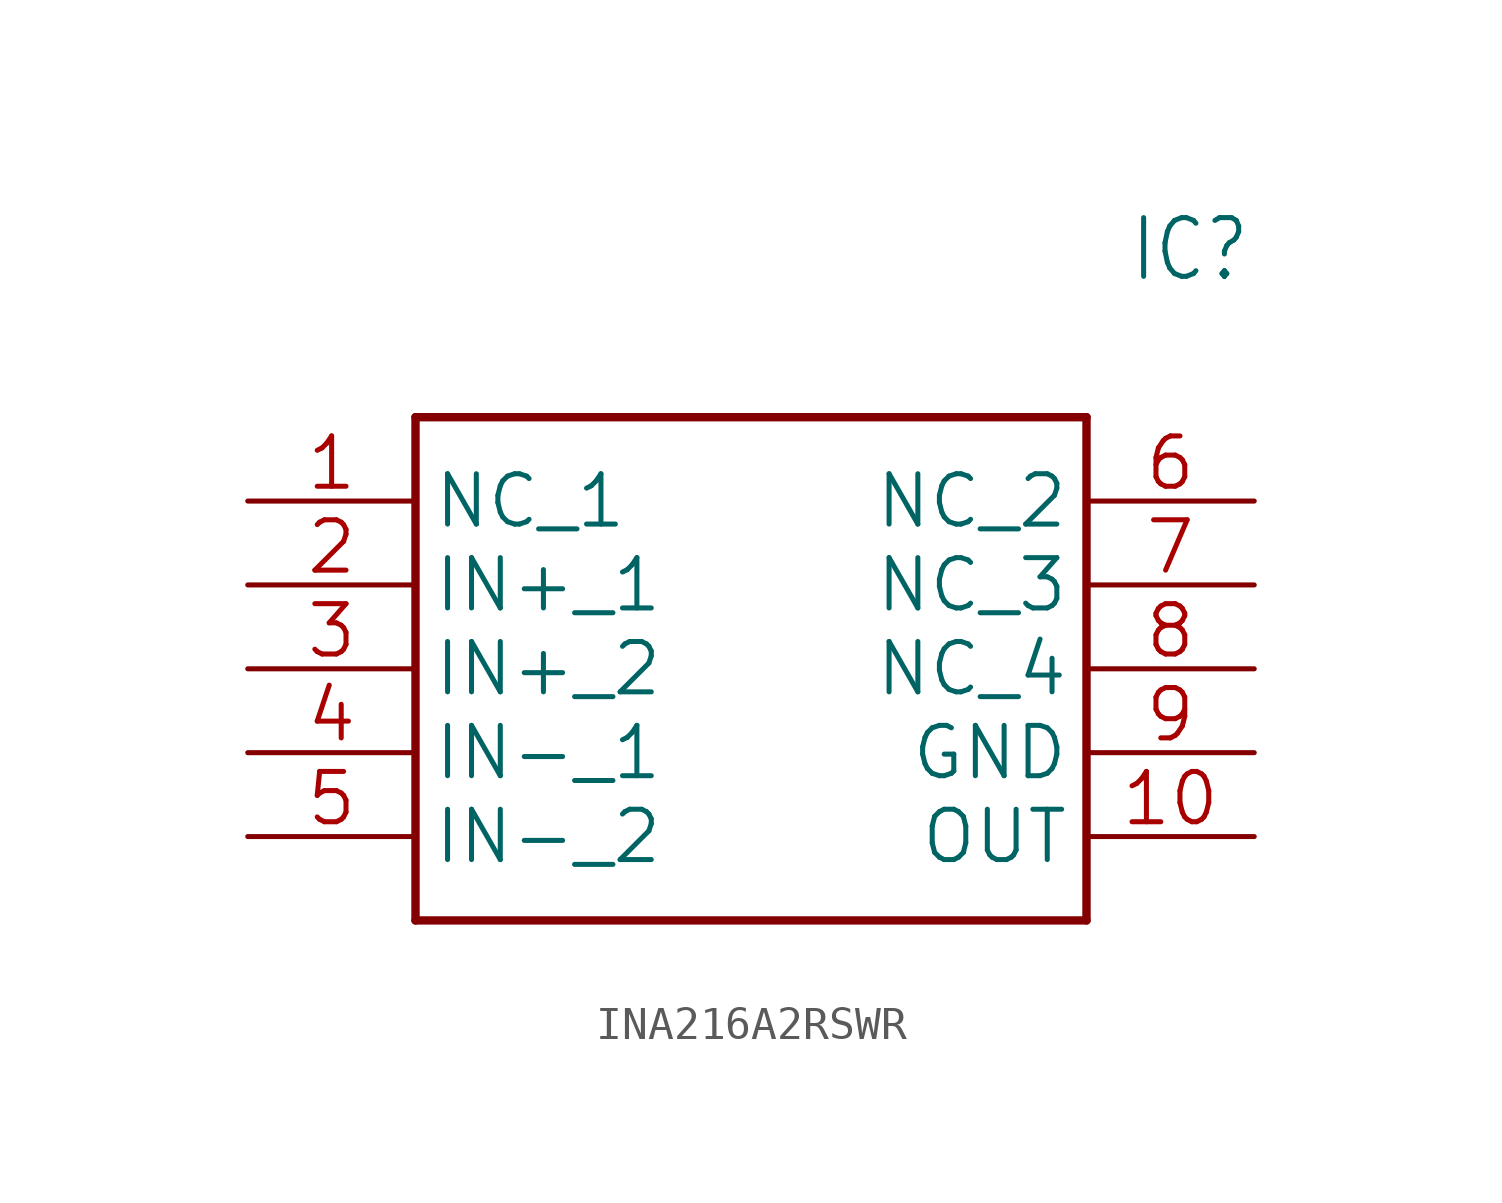
<source format=kicad_sym>
(kicad_symbol_lib
  (version 20241209)
  (generator "kicad_symbol_editor")
  (generator_version "9.0")
  (symbol "INA216A2RSWR"
    (property "Reference" "IC"
      (at 26.67 7.62 0)
      (effects (font (size 1.778 1.511)) (justify left)))
    (property "Value" ""
      (at 26.67 5.08 0)
      (effects (font (size 1.778 1.511)) (justify left)))
    (property "ki_locked" ""
      (at 0 0 0)
      (effects (font (size 1.27 1.27))))
    (symbol "INA216A2RSWR_1_0"
      (polyline (pts (xy 5.08 2.54) (xy 5.08 -12.7)) (stroke (width 0.254) (type solid)) (fill (type none)))
      (polyline (pts (xy 5.08 2.54) (xy 25.4 2.54)) (stroke (width 0.254) (type solid)) (fill (type none)))
      (polyline (pts (xy 25.4 -12.7) (xy 5.08 -12.7)) (stroke (width 0.254) (type solid)) (fill (type none)))
      (polyline (pts (xy 25.4 -12.7) (xy 25.4 2.54)) (stroke (width 0.254) (type solid)) (fill (type none)))
      (pin bidirectional line (at 0 0 0) (length 5.08) (name "NC_1" (effects (font (size 1.524 1.524)))) (number "1" (effects (font (size 1.524 1.524)))))
      (pin bidirectional line (at 0 -2.54 0) (length 5.08) (name "IN+_1" (effects (font (size 1.524 1.524)))) (number "2" (effects (font (size 1.524 1.524)))))
      (pin bidirectional line (at 0 -5.08 0) (length 5.08) (name "IN+_2" (effects (font (size 1.524 1.524)))) (number "3" (effects (font (size 1.524 1.524)))))
      (pin bidirectional line (at 0 -7.62 0) (length 5.08) (name "IN-_1" (effects (font (size 1.524 1.524)))) (number "4" (effects (font (size 1.524 1.524)))))
      (pin bidirectional line (at 0 -10.16 0) (length 5.08) (name "IN-_2" (effects (font (size 1.524 1.524)))) (number "5" (effects (font (size 1.524 1.524)))))
      (pin bidirectional line (at 30.48 0 180) (length 5.08) (name "NC_2" (effects (font (size 1.524 1.524)))) (number "6" (effects (font (size 1.524 1.524)))))
      (pin bidirectional line (at 30.48 -2.54 180) (length 5.08) (name "NC_3" (effects (font (size 1.524 1.524)))) (number "7" (effects (font (size 1.524 1.524)))))
      (pin bidirectional line (at 30.48 -5.08 180) (length 5.08) (name "NC_4" (effects (font (size 1.524 1.524)))) (number "8" (effects (font (size 1.524 1.524)))))
      (pin bidirectional line (at 30.48 -7.62 180) (length 5.08) (name "GND" (effects (font (size 1.524 1.524)))) (number "9" (effects (font (size 1.524 1.524)))))
      (pin bidirectional line (at 30.48 -10.16 180) (length 5.08) (name "OUT" (effects (font (size 1.524 1.524)))) (number "10" (effects (font (size 1.524 1.524))))))))
</source>
